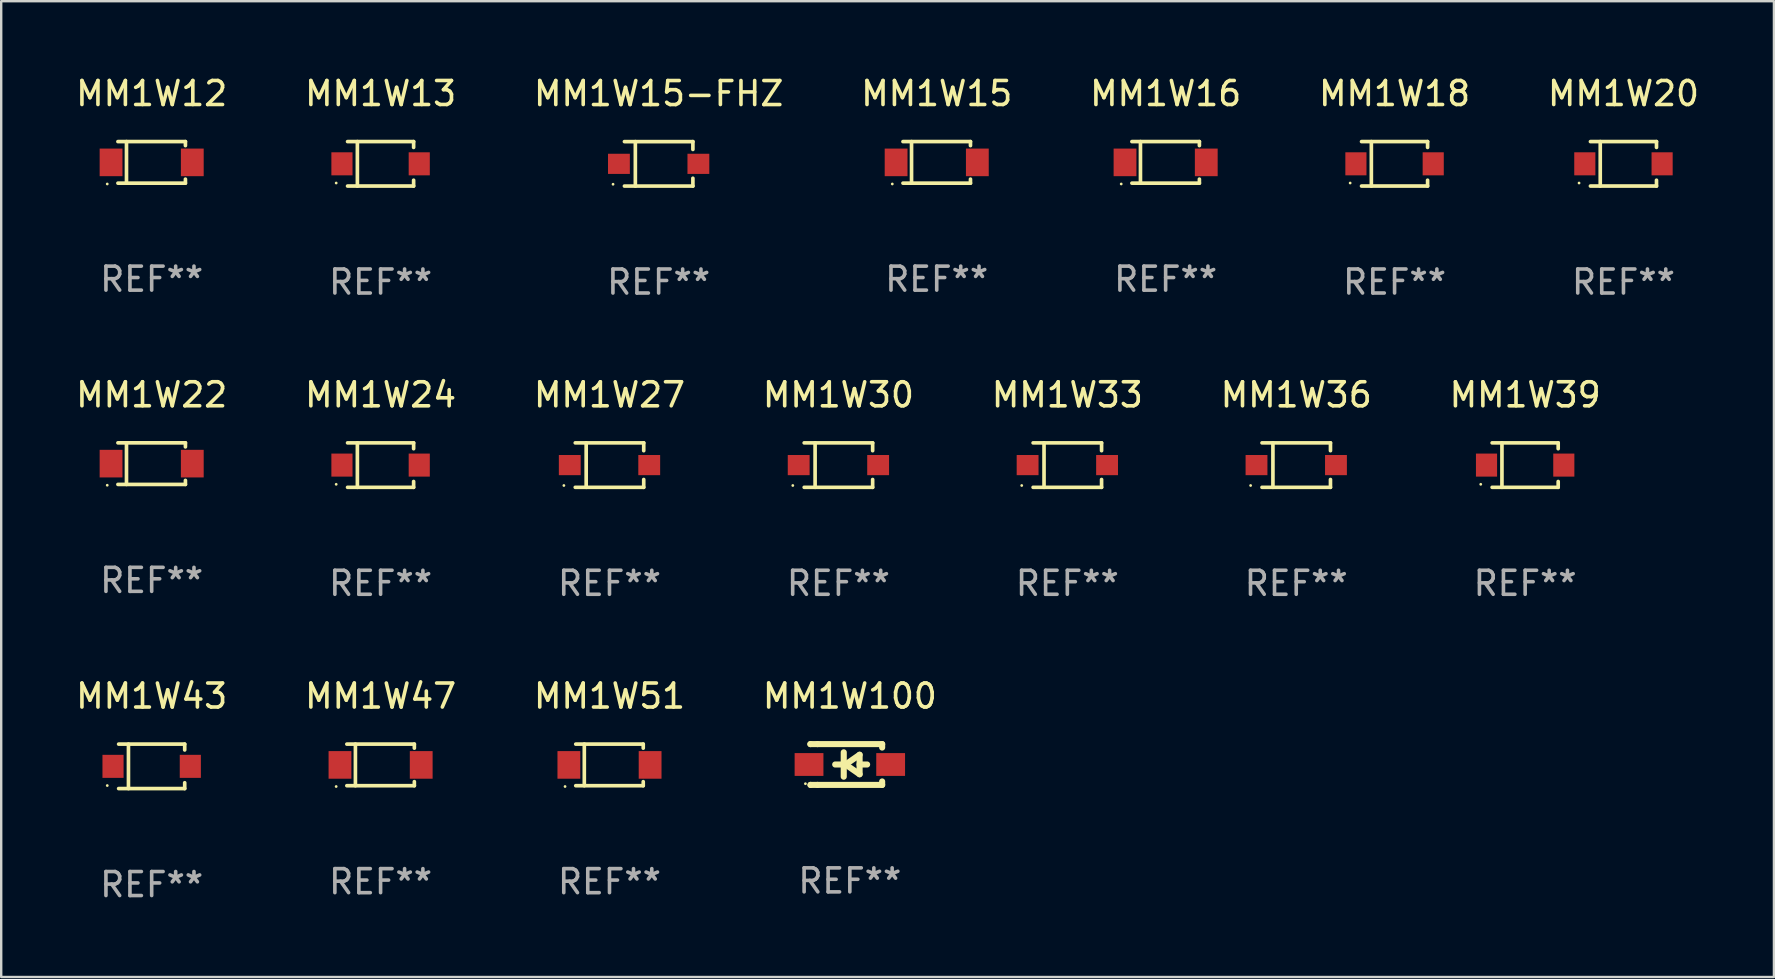
<source format=kicad_pcb>
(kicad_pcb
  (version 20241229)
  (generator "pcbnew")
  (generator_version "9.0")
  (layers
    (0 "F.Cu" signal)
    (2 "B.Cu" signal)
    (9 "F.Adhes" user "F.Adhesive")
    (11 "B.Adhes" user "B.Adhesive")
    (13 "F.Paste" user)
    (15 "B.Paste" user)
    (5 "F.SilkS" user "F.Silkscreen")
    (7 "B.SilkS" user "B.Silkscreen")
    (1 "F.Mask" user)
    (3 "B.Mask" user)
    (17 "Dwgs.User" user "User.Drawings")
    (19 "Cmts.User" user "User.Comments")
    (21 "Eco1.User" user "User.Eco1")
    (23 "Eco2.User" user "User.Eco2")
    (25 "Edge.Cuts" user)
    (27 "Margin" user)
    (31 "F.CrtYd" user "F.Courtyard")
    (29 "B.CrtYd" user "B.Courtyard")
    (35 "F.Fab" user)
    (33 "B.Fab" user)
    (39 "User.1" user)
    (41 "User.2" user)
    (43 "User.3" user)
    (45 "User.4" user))
  (footprint "MM1W33"
    (layer "F.Cu")
    (at 41.411 16.324)
    (property "Reference" "MM1W33" (at 0 -2.926 0) (layer "F.SilkS") (effects (font (size 1 1) (thickness 0.15))))
    (attr through_hole)
    (fp_line (start -1.426 0.926) (end 1.426 0.926) (stroke (width 0.152) (type solid)) (layer "F.SilkS"))
    (fp_line (start -1.426 -0.926) (end 1.426 -0.926) (stroke (width 0.152) (type solid)) (layer "F.SilkS"))
    (fp_line (start -0.971 0.926) (end -0.971 -0.926) (stroke (width 0.152) (type solid)) (layer "F.SilkS"))
    (fp_line (start 1.426 -0.926) (end 1.426 -0.6) (stroke (width 0.152) (type solid)) (layer "F.SilkS"))
    (fp_line (start 1.426 0.6) (end 1.426 0.926) (stroke (width 0.152) (type solid)) (layer "F.SilkS"))
    (fp_circle (center -1.9 0.85) (end -1.87 0.85) (stroke (width 0.06) (type solid)) (fill no) (layer "F.SilkS"))
    (fp_text user "REF**" (at 0 4.926 0) (layer "F.Fab") (effects (font (size 1 1) (thickness 0.15))))
    (pad "1" smd rect (at -1.655 -0.000064) (size 0.91 0.84) (layers "F.Cu" "F.Mask" "F.Paste"))
    (pad "2" smd rect (at 1.655 -0.000064) (size 0.91 0.84) (layers "F.Cu" "F.Mask" "F.Paste")))
  (footprint "MM1W39"
    (layer "F.Cu")
    (at 60.482 16.324)
    (property "Reference" "MM1W39" (at 0 -2.926 0) (layer "F.SilkS") (effects (font (size 1 1) (thickness 0.15))))
    (attr through_hole)
    (fp_line (start -1.376 -0.926) (end 1.376 -0.926) (stroke (width 0.152) (type solid)) (layer "F.SilkS"))
    (fp_line (start -1.376 0.926) (end 1.376 0.926) (stroke (width 0.152) (type solid)) (layer "F.SilkS"))
    (fp_line (start -0.967 -0.926) (end -0.967 0.926) (stroke (width 0.152) (type solid)) (layer "F.SilkS"))
    (fp_line (start 1.376 -0.926) (end 1.376 -0.683) (stroke (width 0.152) (type solid)) (layer "F.SilkS"))
    (fp_line (start 1.376 0.926) (end 1.376 0.683) (stroke (width 0.152) (type solid)) (layer "F.SilkS"))
    (fp_circle (center -1.85 0.8) (end -1.82 0.8) (stroke (width 0.06) (type solid)) (fill no) (layer "F.SilkS"))
    (fp_text user "REF**" (at 0 4.926 0) (layer "F.Fab") (effects (font (size 1 1) (thickness 0.15))))
    (pad "1" smd rect (at -1.61 0) (size 0.88 0.96) (layers "F.Cu" "F.Mask" "F.Paste"))
    (pad "2" smd rect (at 1.61 0) (size 0.88 0.96) (layers "F.Cu" "F.Mask" "F.Paste")))
  (footprint "MM1W20"
    (layer "F.Cu")
    (at 64.577 3.774)
    (property "Reference" "MM1W20" (at 0 -2.926 0) (layer "F.SilkS") (effects (font (size 1 1) (thickness 0.15))))
    (attr through_hole)
    (fp_line (start -1.376 -0.926) (end 1.376 -0.926) (stroke (width 0.152) (type solid)) (layer "F.SilkS"))
    (fp_line (start -1.376 0.926) (end 1.376 0.926) (stroke (width 0.152) (type solid)) (layer "F.SilkS"))
    (fp_line (start -0.967 -0.926) (end -0.967 0.926) (stroke (width 0.152) (type solid)) (layer "F.SilkS"))
    (fp_line (start 1.376 -0.926) (end 1.376 -0.683) (stroke (width 0.152) (type solid)) (layer "F.SilkS"))
    (fp_line (start 1.376 0.926) (end 1.376 0.683) (stroke (width 0.152) (type solid)) (layer "F.SilkS"))
    (fp_circle (center -1.85 0.8) (end -1.82 0.8) (stroke (width 0.06) (type solid)) (fill no) (layer "F.SilkS"))
    (fp_text user "REF**" (at 0 4.926 0) (layer "F.Fab") (effects (font (size 1 1) (thickness 0.15))))
    (pad "1" smd rect (at -1.61 0) (size 0.88 0.96) (layers "F.Cu" "F.Mask" "F.Paste"))
    (pad "2" smd rect (at 1.61 0) (size 0.88 0.96) (layers "F.Cu" "F.Mask" "F.Paste")))
  (footprint "MM1W100"
    (layer "F.Cu")
    (at 32.351 28.796)
    (property "Reference" "MM1W100" (at 0 -2.85 0) (layer "F.SilkS") (effects (font (size 1 1) (thickness 0.15))))
    (attr through_hole)
    (fp_line (start -1.643 -0.85) (end -1.644 -0.849) (stroke (width 0.254) (type solid)) (layer "F.SilkS"))
    (fp_line (start -1.638 0.85) (end -1.639 0.849) (stroke (width 0.254) (type solid)) (layer "F.SilkS"))
    (fp_line (start -1.346 -0.85) (end -1.643 -0.85) (stroke (width 0.254) (type solid)) (layer "F.SilkS"))
    (fp_line (start -1.346 -0.85) (end 1.346 -0.85) (stroke (width 0.254) (type solid)) (layer "F.SilkS"))
    (fp_line (start -1.346 0.85) (end -1.638 0.85) (stroke (width 0.254) (type solid)) (layer "F.SilkS"))
    (fp_line (start -0.28 0) (end -0.61 0) (stroke (width 0.254) (type solid)) (layer "F.SilkS"))
    (fp_line (start -0.254 -0.508) (end -0.254 0.508) (stroke (width 0.254) (type solid)) (layer "F.SilkS"))
    (fp_line (start -0.178 0) (end 0.406 -0.406) (stroke (width 0.254) (type solid)) (layer "F.SilkS"))
    (fp_line (start 0.406 -0.406) (end 0.406 0.406) (stroke (width 0.254) (type solid)) (layer "F.SilkS"))
    (fp_line (start 0.406 -0.000254) (end 0.72 -0.000254) (stroke (width 0.254) (type solid)) (layer "F.SilkS"))
    (fp_line (start 0.406 0.406) (end -0.178 0) (stroke (width 0.254) (type solid)) (layer "F.SilkS"))
    (fp_line (start 1.346 -0.85) (end 1.346 -0.706) (stroke (width 0.254) (type solid)) (layer "F.SilkS"))
    (fp_line (start 1.346 0.706) (end 1.346 0.85) (stroke (width 0.254) (type solid)) (layer "F.SilkS"))
    (fp_line (start 1.346 0.85) (end -1.346 0.85) (stroke (width 0.254) (type solid)) (layer "F.SilkS"))
    (fp_circle (center -1.85 0.8) (end -1.82 0.8) (stroke (width 0.06) (type solid)) (fill no) (layer "F.SilkS"))
    (fp_text user "REF**" (at 0 4.85 0) (layer "F.Fab") (effects (font (size 1 1) (thickness 0.15))))
    (pad "1" smd rect (at -1.7 0) (size 1.2 0.95) (layers "F.Cu" "F.Mask" "F.Paste"))
    (pad "2" smd rect (at 1.7 0) (size 1.2 0.95) (layers "F.Cu" "F.Mask" "F.Paste")))
  (footprint "MM1W24"
    (layer "F.Cu")
    (at 12.804 16.324)
    (property "Reference" "MM1W24" (at 0 -2.926 0) (layer "F.SilkS") (effects (font (size 1 1) (thickness 0.15))))
    (attr through_hole)
    (fp_line (start -1.376 -0.926) (end 1.376 -0.926) (stroke (width 0.152) (type solid)) (layer "F.SilkS"))
    (fp_line (start -1.376 0.926) (end 1.376 0.926) (stroke (width 0.152) (type solid)) (layer "F.SilkS"))
    (fp_line (start -0.967 -0.926) (end -0.967 0.926) (stroke (width 0.152) (type solid)) (layer "F.SilkS"))
    (fp_line (start 1.376 -0.926) (end 1.376 -0.683) (stroke (width 0.152) (type solid)) (layer "F.SilkS"))
    (fp_line (start 1.376 0.926) (end 1.376 0.683) (stroke (width 0.152) (type solid)) (layer "F.SilkS"))
    (fp_circle (center -1.85 0.8) (end -1.82 0.8) (stroke (width 0.06) (type solid)) (fill no) (layer "F.SilkS"))
    (fp_text user "REF**" (at 0 4.926 0) (layer "F.Fab") (effects (font (size 1 1) (thickness 0.15))))
    (pad "1" smd rect (at -1.61 0) (size 0.88 0.96) (layers "F.Cu" "F.Mask" "F.Paste"))
    (pad "2" smd rect (at 1.61 0) (size 0.88 0.96) (layers "F.Cu" "F.Mask" "F.Paste")))
  (footprint "MM1W27"
    (layer "F.Cu")
    (at 22.339 16.324)
    (property "Reference" "MM1W27" (at 0 -2.926 0) (layer "F.SilkS") (effects (font (size 1 1) (thickness 0.15))))
    (attr through_hole)
    (fp_line (start -1.426 0.926) (end 1.426 0.926) (stroke (width 0.152) (type solid)) (layer "F.SilkS"))
    (fp_line (start -1.426 -0.926) (end 1.426 -0.926) (stroke (width 0.152) (type solid)) (layer "F.SilkS"))
    (fp_line (start -0.971 0.926) (end -0.971 -0.926) (stroke (width 0.152) (type solid)) (layer "F.SilkS"))
    (fp_line (start 1.426 -0.926) (end 1.426 -0.6) (stroke (width 0.152) (type solid)) (layer "F.SilkS"))
    (fp_line (start 1.426 0.6) (end 1.426 0.926) (stroke (width 0.152) (type solid)) (layer "F.SilkS"))
    (fp_circle (center -1.9 0.85) (end -1.87 0.85) (stroke (width 0.06) (type solid)) (fill no) (layer "F.SilkS"))
    (fp_text user "REF**" (at 0 4.926 0) (layer "F.Fab") (effects (font (size 1 1) (thickness 0.15))))
    (pad "1" smd rect (at -1.655 -0.000064) (size 0.91 0.84) (layers "F.Cu" "F.Mask" "F.Paste"))
    (pad "2" smd rect (at 1.655 -0.000064) (size 0.91 0.84) (layers "F.Cu" "F.Mask" "F.Paste")))
  (footprint "MM1W30"
    (layer "F.Cu")
    (at 31.875 16.324)
    (property "Reference" "MM1W30" (at 0 -2.926 0) (layer "F.SilkS") (effects (font (size 1 1) (thickness 0.15))))
    (attr through_hole)
    (fp_line (start -1.426 0.926) (end 1.426 0.926) (stroke (width 0.152) (type solid)) (layer "F.SilkS"))
    (fp_line (start -1.426 -0.926) (end 1.426 -0.926) (stroke (width 0.152) (type solid)) (layer "F.SilkS"))
    (fp_line (start -0.971 0.926) (end -0.971 -0.926) (stroke (width 0.152) (type solid)) (layer "F.SilkS"))
    (fp_line (start 1.426 -0.926) (end 1.426 -0.6) (stroke (width 0.152) (type solid)) (layer "F.SilkS"))
    (fp_line (start 1.426 0.6) (end 1.426 0.926) (stroke (width 0.152) (type solid)) (layer "F.SilkS"))
    (fp_circle (center -1.9 0.85) (end -1.87 0.85) (stroke (width 0.06) (type solid)) (fill no) (layer "F.SilkS"))
    (fp_text user "REF**" (at 0 4.926 0) (layer "F.Fab") (effects (font (size 1 1) (thickness 0.15))))
    (pad "1" smd rect (at -1.655 -0.000064) (size 0.91 0.84) (layers "F.Cu" "F.Mask" "F.Paste"))
    (pad "2" smd rect (at 1.655 -0.000064) (size 0.91 0.84) (layers "F.Cu" "F.Mask" "F.Paste")))
  (footprint "MM1W15"
    (layer "F.Cu")
    (at 35.97 3.714)
    (property "Reference" "MM1W15" (at 0 -2.866 0) (layer "F.SilkS") (effects (font (size 1 1) (thickness 0.15))))
    (attr through_hole)
    (fp_line (start -1.406 -0.866) (end 1.406 -0.866) (stroke (width 0.152) (type solid)) (layer "F.SilkS"))
    (fp_line (start -1.406 0.866) (end 1.406 0.866) (stroke (width 0.152) (type solid)) (layer "F.SilkS"))
    (fp_line (start -1.049 -0.866) (end -1.049 0.866) (stroke (width 0.152) (type solid)) (layer "F.SilkS"))
    (fp_line (start 1.406 -0.866) (end 1.406 -0.698) (stroke (width 0.152) (type solid)) (layer "F.SilkS"))
    (fp_line (start 1.406 0.866) (end 1.406 0.698) (stroke (width 0.152) (type solid)) (layer "F.SilkS"))
    (fp_circle (center -1.851 0.9) (end -1.821 0.9) (stroke (width 0.06) (type solid)) (fill no) (layer "F.SilkS"))
    (fp_text user "REF**" (at 0 4.866 0) (layer "F.Fab") (effects (font (size 1 1) (thickness 0.15))))
    (pad "1" smd rect (at -1.692 0) (size 0.95 1.15) (layers "F.Cu" "F.Mask" "F.Paste"))
    (pad "2" smd rect (at 1.692 0) (size 0.95 1.15) (layers "F.Cu" "F.Mask" "F.Paste")))
  (footprint "MM1W16"
    (layer "F.Cu")
    (at 45.506 3.714)
    (property "Reference" "MM1W16" (at 0 -2.866 0) (layer "F.SilkS") (effects (font (size 1 1) (thickness 0.15))))
    (attr through_hole)
    (fp_line (start -1.406 -0.866) (end 1.406 -0.866) (stroke (width 0.152) (type solid)) (layer "F.SilkS"))
    (fp_line (start -1.406 0.866) (end 1.406 0.866) (stroke (width 0.152) (type solid)) (layer "F.SilkS"))
    (fp_line (start -1.049 -0.866) (end -1.049 0.866) (stroke (width 0.152) (type solid)) (layer "F.SilkS"))
    (fp_line (start 1.406 -0.866) (end 1.406 -0.698) (stroke (width 0.152) (type solid)) (layer "F.SilkS"))
    (fp_line (start 1.406 0.866) (end 1.406 0.698) (stroke (width 0.152) (type solid)) (layer "F.SilkS"))
    (fp_circle (center -1.851 0.9) (end -1.821 0.9) (stroke (width 0.06) (type solid)) (fill no) (layer "F.SilkS"))
    (fp_text user "REF**" (at 0 4.866 0) (layer "F.Fab") (effects (font (size 1 1) (thickness 0.15))))
    (pad "1" smd rect (at -1.692 0) (size 0.95 1.15) (layers "F.Cu" "F.Mask" "F.Paste"))
    (pad "2" smd rect (at 1.692 0) (size 0.95 1.15) (layers "F.Cu" "F.Mask" "F.Paste")))
  (footprint "MM1W15-FHZ"
    (layer "F.Cu")
    (at 24.387 3.775)
    (property "Reference" "MM1W15-FHZ" (at 0 -2.926 0) (layer "F.SilkS") (effects (font (size 1 1) (thickness 0.15))))
    (attr through_hole)
    (fp_line (start -1.426 0.926) (end 1.426 0.926) (stroke (width 0.152) (type solid)) (layer "F.SilkS"))
    (fp_line (start -1.426 -0.926) (end 1.426 -0.926) (stroke (width 0.152) (type solid)) (layer "F.SilkS"))
    (fp_line (start -0.971 0.926) (end -0.971 -0.926) (stroke (width 0.152) (type solid)) (layer "F.SilkS"))
    (fp_line (start 1.426 -0.926) (end 1.426 -0.6) (stroke (width 0.152) (type solid)) (layer "F.SilkS"))
    (fp_line (start 1.426 0.6) (end 1.426 0.926) (stroke (width 0.152) (type solid)) (layer "F.SilkS"))
    (fp_circle (center -1.9 0.85) (end -1.87 0.85) (stroke (width 0.06) (type solid)) (fill no) (layer "F.SilkS"))
    (fp_text user "REF**" (at 0 4.926 0) (layer "F.Fab") (effects (font (size 1 1) (thickness 0.15))))
    (pad "1" smd rect (at -1.655 -0.000064) (size 0.91 0.84) (layers "F.Cu" "F.Mask" "F.Paste"))
    (pad "2" smd rect (at 1.655 -0.000064) (size 0.91 0.84) (layers "F.Cu" "F.Mask" "F.Paste")))
  (footprint "MM1W18"
    (layer "F.Cu")
    (at 55.042 3.774)
    (property "Reference" "MM1W18" (at 0 -2.926 0) (layer "F.SilkS") (effects (font (size 1 1) (thickness 0.15))))
    (attr through_hole)
    (fp_line (start -1.376 -0.926) (end 1.376 -0.926) (stroke (width 0.152) (type solid)) (layer "F.SilkS"))
    (fp_line (start -1.376 0.926) (end 1.376 0.926) (stroke (width 0.152) (type solid)) (layer "F.SilkS"))
    (fp_line (start -0.967 -0.926) (end -0.967 0.926) (stroke (width 0.152) (type solid)) (layer "F.SilkS"))
    (fp_line (start 1.376 -0.926) (end 1.376 -0.683) (stroke (width 0.152) (type solid)) (layer "F.SilkS"))
    (fp_line (start 1.376 0.926) (end 1.376 0.683) (stroke (width 0.152) (type solid)) (layer "F.SilkS"))
    (fp_circle (center -1.85 0.8) (end -1.82 0.8) (stroke (width 0.06) (type solid)) (fill no) (layer "F.SilkS"))
    (fp_text user "REF**" (at 0 4.926 0) (layer "F.Fab") (effects (font (size 1 1) (thickness 0.15))))
    (pad "1" smd rect (at -1.61 0) (size 0.88 0.96) (layers "F.Cu" "F.Mask" "F.Paste"))
    (pad "2" smd rect (at 1.61 0) (size 0.88 0.96) (layers "F.Cu" "F.Mask" "F.Paste")))
  (footprint "MM1W13"
    (layer "F.Cu")
    (at 12.804 3.774)
    (property "Reference" "MM1W13" (at 0 -2.926 0) (layer "F.SilkS") (effects (font (size 1 1) (thickness 0.15))))
    (attr through_hole)
    (fp_line (start -1.376 -0.926) (end 1.376 -0.926) (stroke (width 0.152) (type solid)) (layer "F.SilkS"))
    (fp_line (start -1.376 0.926) (end 1.376 0.926) (stroke (width 0.152) (type solid)) (layer "F.SilkS"))
    (fp_line (start -0.967 -0.926) (end -0.967 0.926) (stroke (width 0.152) (type solid)) (layer "F.SilkS"))
    (fp_line (start 1.376 -0.926) (end 1.376 -0.683) (stroke (width 0.152) (type solid)) (layer "F.SilkS"))
    (fp_line (start 1.376 0.926) (end 1.376 0.683) (stroke (width 0.152) (type solid)) (layer "F.SilkS"))
    (fp_circle (center -1.85 0.8) (end -1.82 0.8) (stroke (width 0.06) (type solid)) (fill no) (layer "F.SilkS"))
    (fp_text user "REF**" (at 0 4.926 0) (layer "F.Fab") (effects (font (size 1 1) (thickness 0.15))))
    (pad "1" smd rect (at -1.61 0) (size 0.88 0.96) (layers "F.Cu" "F.Mask" "F.Paste"))
    (pad "2" smd rect (at 1.61 0) (size 0.88 0.96) (layers "F.Cu" "F.Mask" "F.Paste")))
  (footprint "MM1W43"
    (layer "F.Cu")
    (at 3.268 28.873)
    (property "Reference" "MM1W43" (at 0 -2.926 0) (layer "F.SilkS") (effects (font (size 1 1) (thickness 0.15))))
    (attr through_hole)
    (fp_line (start -1.376 -0.926) (end 1.376 -0.926) (stroke (width 0.152) (type solid)) (layer "F.SilkS"))
    (fp_line (start -1.376 0.926) (end 1.376 0.926) (stroke (width 0.152) (type solid)) (layer "F.SilkS"))
    (fp_line (start -0.967 -0.926) (end -0.967 0.926) (stroke (width 0.152) (type solid)) (layer "F.SilkS"))
    (fp_line (start 1.376 -0.926) (end 1.376 -0.683) (stroke (width 0.152) (type solid)) (layer "F.SilkS"))
    (fp_line (start 1.376 0.926) (end 1.376 0.683) (stroke (width 0.152) (type solid)) (layer "F.SilkS"))
    (fp_circle (center -1.85 0.8) (end -1.82 0.8) (stroke (width 0.06) (type solid)) (fill no) (layer "F.SilkS"))
    (fp_text user "REF**" (at 0 4.926 0) (layer "F.Fab") (effects (font (size 1 1) (thickness 0.15))))
    (pad "1" smd rect (at -1.61 0) (size 0.88 0.96) (layers "F.Cu" "F.Mask" "F.Paste"))
    (pad "2" smd rect (at 1.61 0) (size 0.88 0.96) (layers "F.Cu" "F.Mask" "F.Paste")))
  (footprint "MM1W36"
    (layer "F.Cu")
    (at 50.946 16.324)
    (property "Reference" "MM1W36" (at 0 -2.926 0) (layer "F.SilkS") (effects (font (size 1 1) (thickness 0.15))))
    (attr through_hole)
    (fp_line (start -1.426 0.926) (end 1.426 0.926) (stroke (width 0.152) (type solid)) (layer "F.SilkS"))
    (fp_line (start -1.426 -0.926) (end 1.426 -0.926) (stroke (width 0.152) (type solid)) (layer "F.SilkS"))
    (fp_line (start -0.971 0.926) (end -0.971 -0.926) (stroke (width 0.152) (type solid)) (layer "F.SilkS"))
    (fp_line (start 1.426 -0.926) (end 1.426 -0.6) (stroke (width 0.152) (type solid)) (layer "F.SilkS"))
    (fp_line (start 1.426 0.6) (end 1.426 0.926) (stroke (width 0.152) (type solid)) (layer "F.SilkS"))
    (fp_circle (center -1.9 0.85) (end -1.87 0.85) (stroke (width 0.06) (type solid)) (fill no) (layer "F.SilkS"))
    (fp_text user "REF**" (at 0 4.926 0) (layer "F.Fab") (effects (font (size 1 1) (thickness 0.15))))
    (pad "1" smd rect (at -1.655 -0.000064) (size 0.91 0.84) (layers "F.Cu" "F.Mask" "F.Paste"))
    (pad "2" smd rect (at 1.655 -0.000064) (size 0.91 0.84) (layers "F.Cu" "F.Mask" "F.Paste")))
  (footprint "MM1W51"
    (layer "F.Cu")
    (at 22.339 28.813)
    (property "Reference" "MM1W51" (at 0 -2.866 0) (layer "F.SilkS") (effects (font (size 1 1) (thickness 0.15))))
    (attr through_hole)
    (fp_line (start -1.406 -0.866) (end 1.406 -0.866) (stroke (width 0.152) (type solid)) (layer "F.SilkS"))
    (fp_line (start -1.406 0.866) (end 1.406 0.866) (stroke (width 0.152) (type solid)) (layer "F.SilkS"))
    (fp_line (start -1.049 -0.866) (end -1.049 0.866) (stroke (width 0.152) (type solid)) (layer "F.SilkS"))
    (fp_line (start 1.406 -0.866) (end 1.406 -0.698) (stroke (width 0.152) (type solid)) (layer "F.SilkS"))
    (fp_line (start 1.406 0.866) (end 1.406 0.698) (stroke (width 0.152) (type solid)) (layer "F.SilkS"))
    (fp_circle (center -1.851 0.9) (end -1.821 0.9) (stroke (width 0.06) (type solid)) (fill no) (layer "F.SilkS"))
    (fp_text user "REF**" (at 0 4.866 0) (layer "F.Fab") (effects (font (size 1 1) (thickness 0.15))))
    (pad "1" smd rect (at -1.692 0) (size 0.95 1.15) (layers "F.Cu" "F.Mask" "F.Paste"))
    (pad "2" smd rect (at 1.692 0) (size 0.95 1.15) (layers "F.Cu" "F.Mask" "F.Paste")))
  (footprint "MM1W12"
    (layer "F.Cu")
    (at 3.268 3.714)
    (property "Reference" "MM1W12" (at 0 -2.866 0) (layer "F.SilkS") (effects (font (size 1 1) (thickness 0.15))))
    (attr through_hole)
    (fp_line (start -1.406 -0.866) (end 1.406 -0.866) (stroke (width 0.152) (type solid)) (layer "F.SilkS"))
    (fp_line (start -1.406 0.866) (end 1.406 0.866) (stroke (width 0.152) (type solid)) (layer "F.SilkS"))
    (fp_line (start -1.049 -0.866) (end -1.049 0.866) (stroke (width 0.152) (type solid)) (layer "F.SilkS"))
    (fp_line (start 1.406 -0.866) (end 1.406 -0.698) (stroke (width 0.152) (type solid)) (layer "F.SilkS"))
    (fp_line (start 1.406 0.866) (end 1.406 0.698) (stroke (width 0.152) (type solid)) (layer "F.SilkS"))
    (fp_circle (center -1.851 0.9) (end -1.821 0.9) (stroke (width 0.06) (type solid)) (fill no) (layer "F.SilkS"))
    (fp_text user "REF**" (at 0 4.866 0) (layer "F.Fab") (effects (font (size 1 1) (thickness 0.15))))
    (pad "1" smd rect (at -1.692 0) (size 0.95 1.15) (layers "F.Cu" "F.Mask" "F.Paste"))
    (pad "2" smd rect (at 1.692 0) (size 0.95 1.15) (layers "F.Cu" "F.Mask" "F.Paste")))
  (footprint "MM1W47"
    (layer "F.Cu")
    (at 12.804 28.813)
    (property "Reference" "MM1W47" (at 0 -2.866 0) (layer "F.SilkS") (effects (font (size 1 1) (thickness 0.15))))
    (attr through_hole)
    (fp_line (start -1.406 -0.866) (end 1.406 -0.866) (stroke (width 0.152) (type solid)) (layer "F.SilkS"))
    (fp_line (start -1.406 0.866) (end 1.406 0.866) (stroke (width 0.152) (type solid)) (layer "F.SilkS"))
    (fp_line (start -1.049 -0.866) (end -1.049 0.866) (stroke (width 0.152) (type solid)) (layer "F.SilkS"))
    (fp_line (start 1.406 -0.866) (end 1.406 -0.698) (stroke (width 0.152) (type solid)) (layer "F.SilkS"))
    (fp_line (start 1.406 0.866) (end 1.406 0.698) (stroke (width 0.152) (type solid)) (layer "F.SilkS"))
    (fp_circle (center -1.851 0.9) (end -1.821 0.9) (stroke (width 0.06) (type solid)) (fill no) (layer "F.SilkS"))
    (fp_text user "REF**" (at 0 4.866 0) (layer "F.Fab") (effects (font (size 1 1) (thickness 0.15))))
    (pad "1" smd rect (at -1.692 0) (size 0.95 1.15) (layers "F.Cu" "F.Mask" "F.Paste"))
    (pad "2" smd rect (at 1.692 0) (size 0.95 1.15) (layers "F.Cu" "F.Mask" "F.Paste")))
  (footprint "MM1W22"
    (layer "F.Cu")
    (at 3.268 16.263)
    (property "Reference" "MM1W22" (at 0 -2.866 0) (layer "F.SilkS") (effects (font (size 1 1) (thickness 0.15))))
    (attr through_hole)
    (fp_line (start -1.406 -0.866) (end 1.406 -0.866) (stroke (width 0.152) (type solid)) (layer "F.SilkS"))
    (fp_line (start -1.406 0.866) (end 1.406 0.866) (stroke (width 0.152) (type solid)) (layer "F.SilkS"))
    (fp_line (start -1.049 -0.866) (end -1.049 0.866) (stroke (width 0.152) (type solid)) (layer "F.SilkS"))
    (fp_line (start 1.406 -0.866) (end 1.406 -0.698) (stroke (width 0.152) (type solid)) (layer "F.SilkS"))
    (fp_line (start 1.406 0.866) (end 1.406 0.698) (stroke (width 0.152) (type solid)) (layer "F.SilkS"))
    (fp_circle (center -1.851 0.9) (end -1.821 0.9) (stroke (width 0.06) (type solid)) (fill no) (layer "F.SilkS"))
    (fp_text user "REF**" (at 0 4.866 0) (layer "F.Fab") (effects (font (size 1 1) (thickness 0.15))))
    (pad "1" smd rect (at -1.692 0) (size 0.95 1.15) (layers "F.Cu" "F.Mask" "F.Paste"))
    (pad "2" smd rect (at 1.692 0) (size 0.95 1.15) (layers "F.Cu" "F.Mask" "F.Paste")))
  (gr_rect
    (start -3 -3)
    (end 70.845 37.647)
    (stroke (width 0.1) (type default))
    (fill no)
    (layer "Edge.Cuts")))
</source>
